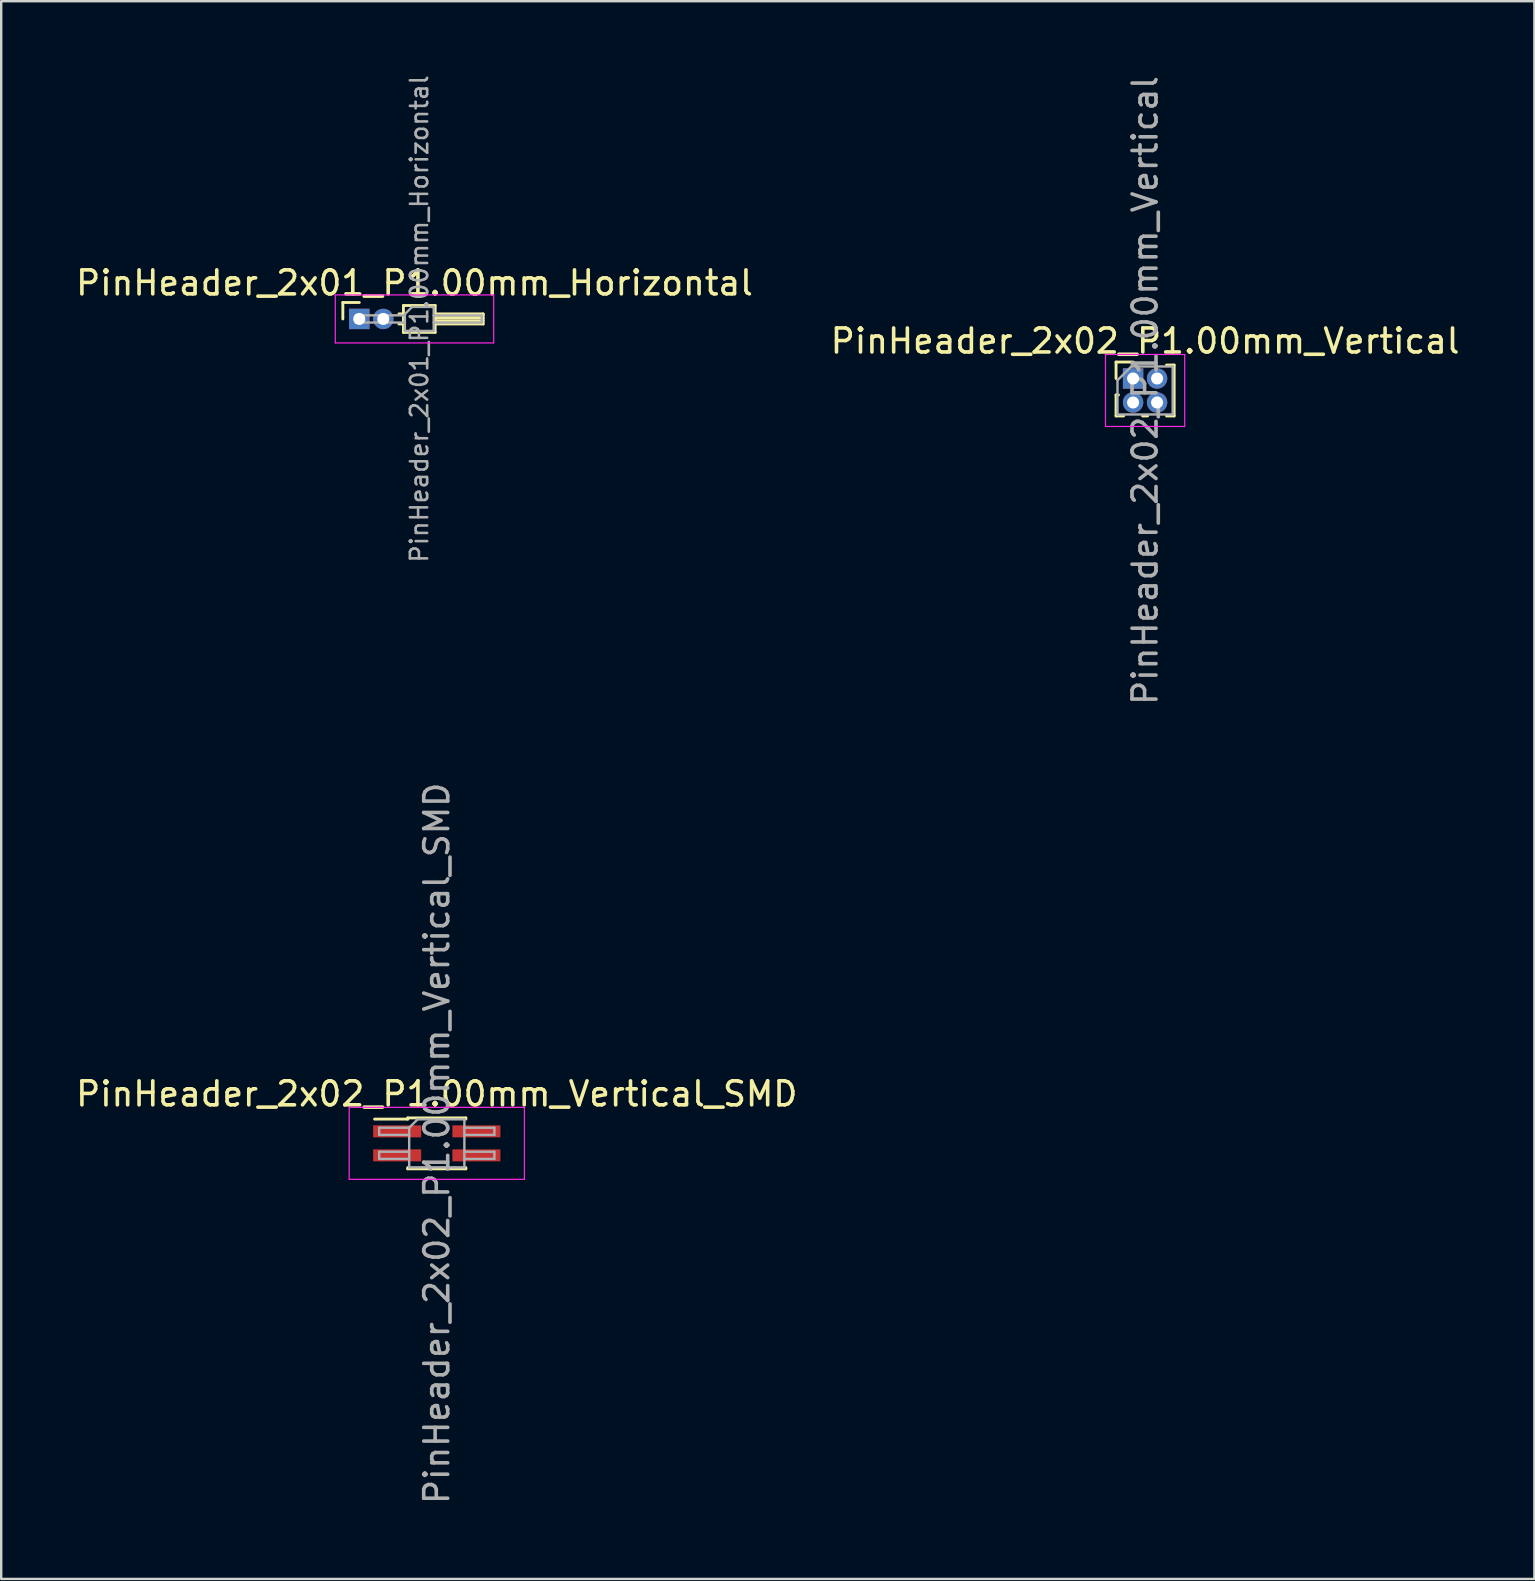
<source format=kicad_pcb>
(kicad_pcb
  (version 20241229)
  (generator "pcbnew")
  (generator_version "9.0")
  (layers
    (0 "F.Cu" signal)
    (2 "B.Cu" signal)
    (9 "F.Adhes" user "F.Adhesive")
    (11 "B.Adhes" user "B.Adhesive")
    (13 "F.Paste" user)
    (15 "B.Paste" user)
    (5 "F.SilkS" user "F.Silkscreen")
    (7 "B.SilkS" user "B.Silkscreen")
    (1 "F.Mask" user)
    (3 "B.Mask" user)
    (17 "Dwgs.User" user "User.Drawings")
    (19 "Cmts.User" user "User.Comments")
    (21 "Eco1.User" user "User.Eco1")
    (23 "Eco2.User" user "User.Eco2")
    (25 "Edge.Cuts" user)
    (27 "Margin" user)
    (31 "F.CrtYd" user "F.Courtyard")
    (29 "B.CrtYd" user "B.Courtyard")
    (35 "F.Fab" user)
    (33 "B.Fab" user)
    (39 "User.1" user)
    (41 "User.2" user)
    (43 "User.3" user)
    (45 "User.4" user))
  (footprint "PinHeader_2x02_P1.00mm_Vertical_SMD"
    (layer "F.Cu")
    (at 15.149 44.589)
    (property "Reference" "PinHeader_2x02_P1.00mm_Vertical_SMD" (at 0 -2.06 0) (layer "F.SilkS") (effects (font (size 1 1) (thickness 0.15))))
    (attr smd)
    (fp_line (start -2.59 -1.01) (end -1.21 -1.01) (stroke (width 0.12) (type solid)) (layer "F.SilkS"))
    (fp_line (start -1.21 -1.06) (end -1.21 -1.01) (stroke (width 0.12) (type solid)) (layer "F.SilkS"))
    (fp_line (start -1.21 -1.06) (end 1.21 -1.06) (stroke (width 0.12) (type solid)) (layer "F.SilkS"))
    (fp_line (start -1.21 1.01) (end -1.21 1.06) (stroke (width 0.12) (type solid)) (layer "F.SilkS"))
    (fp_line (start -1.21 1.06) (end 1.21 1.06) (stroke (width 0.12) (type solid)) (layer "F.SilkS"))
    (fp_line (start 1.21 -1.06) (end 1.21 -1.01) (stroke (width 0.12) (type solid)) (layer "F.SilkS"))
    (fp_line (start 1.21 1.01) (end 1.21 1.06) (stroke (width 0.12) (type solid)) (layer "F.SilkS"))
    (fp_line (start -3.65 -1.5) (end -3.65 1.5) (stroke (width 0.05) (type solid)) (layer "F.CrtYd"))
    (fp_line (start -3.65 1.5) (end 3.65 1.5) (stroke (width 0.05) (type solid)) (layer "F.CrtYd"))
    (fp_line (start 3.65 -1.5) (end -3.65 -1.5) (stroke (width 0.05) (type solid)) (layer "F.CrtYd"))
    (fp_line (start 3.65 1.5) (end 3.65 -1.5) (stroke (width 0.05) (type solid)) (layer "F.CrtYd"))
    (fp_line (start -2.4 -0.65) (end -2.4 -0.35) (stroke (width 0.1) (type solid)) (layer "F.Fab"))
    (fp_line (start -2.4 -0.35) (end -1.15 -0.35) (stroke (width 0.1) (type solid)) (layer "F.Fab"))
    (fp_line (start -2.4 0.35) (end -2.4 0.65) (stroke (width 0.1) (type solid)) (layer "F.Fab"))
    (fp_line (start -2.4 0.65) (end -1.15 0.65) (stroke (width 0.1) (type solid)) (layer "F.Fab"))
    (fp_line (start -1.15 -0.65) (end -2.4 -0.65) (stroke (width 0.1) (type solid)) (layer "F.Fab"))
    (fp_line (start -1.15 -0.65) (end -0.8 -1) (stroke (width 0.1) (type solid)) (layer "F.Fab"))
    (fp_line (start -1.15 0.35) (end -2.4 0.35) (stroke (width 0.1) (type solid)) (layer "F.Fab"))
    (fp_line (start -1.15 1) (end -1.15 -0.65) (stroke (width 0.1) (type solid)) (layer "F.Fab"))
    (fp_line (start -0.8 -1) (end 1.15 -1) (stroke (width 0.1) (type solid)) (layer "F.Fab"))
    (fp_line (start 1.15 -1) (end 1.15 1) (stroke (width 0.1) (type solid)) (layer "F.Fab"))
    (fp_line (start 1.15 -0.65) (end 2.4 -0.65) (stroke (width 0.1) (type solid)) (layer "F.Fab"))
    (fp_line (start 1.15 0.35) (end 2.4 0.35) (stroke (width 0.1) (type solid)) (layer "F.Fab"))
    (fp_line (start 1.15 1) (end -1.15 1) (stroke (width 0.1) (type solid)) (layer "F.Fab"))
    (fp_line (start 2.4 -0.65) (end 2.4 -0.35) (stroke (width 0.1) (type solid)) (layer "F.Fab"))
    (fp_line (start 2.4 -0.35) (end 1.15 -0.35) (stroke (width 0.1) (type solid)) (layer "F.Fab"))
    (fp_line (start 2.4 0.35) (end 2.4 0.65) (stroke (width 0.1) (type solid)) (layer "F.Fab"))
    (fp_line (start 2.4 0.65) (end 1.15 0.65) (stroke (width 0.1) (type solid)) (layer "F.Fab"))
    (fp_text user "${REFERENCE}" (at 0 0 90) (layer "F.Fab") (effects (font (size 1 1) (thickness 0.15))))
    (pad "1" smd rect (at -1.65 -0.5) (size 2 0.5) (layers "F.Cu" "F.Mask" "F.Paste"))
    (pad "2" smd rect (at 1.65 -0.5) (size 2 0.5) (layers "F.Cu" "F.Mask" "F.Paste"))
    (pad "3" smd rect (at -1.65 0.5) (size 2 0.5) (layers "F.Cu" "F.Mask" "F.Paste"))
    (pad "4" smd rect (at 1.65 0.5) (size 2 0.5) (layers "F.Cu" "F.Mask" "F.Paste")))
  (footprint "PinHeader_2x01_P1.00mm_Horizontal"
    (layer "F.Cu")
    (at 11.92 10.239)
    (property "Reference" "PinHeader_2x01_P1.00mm_Horizontal" (at 2.3 -1.5 0) (layer "F.SilkS") (effects (font (size 1 1) (thickness 0.15))))
    (attr through_hole)
    (fp_line (start -0.685 -0.685) (end 0 -0.685) (stroke (width 0.12) (type solid)) (layer "F.SilkS"))
    (fp_line (start -0.685 0) (end -0.685 -0.685) (stroke (width 0.12) (type solid)) (layer "F.SilkS"))
    (fp_line (start 1.652 -0.21) (end 1.84 -0.21) (stroke (width 0.12) (type solid)) (layer "F.SilkS"))
    (fp_line (start 1.652 0.21) (end 1.84 0.21) (stroke (width 0.12) (type solid)) (layer "F.SilkS"))
    (fp_line (start 1.84 -0.56) (end 1.84 0.56) (stroke (width 0.12) (type solid)) (layer "F.SilkS"))
    (fp_line (start 1.84 0.56) (end 3.16 0.56) (stroke (width 0.12) (type solid)) (layer "F.SilkS"))
    (fp_line (start 3.16 -0.56) (end 1.84 -0.56) (stroke (width 0.12) (type solid)) (layer "F.SilkS"))
    (fp_line (start 3.16 -0.21) (end 5.16 -0.21) (stroke (width 0.12) (type solid)) (layer "F.SilkS"))
    (fp_line (start 3.16 -0.15) (end 5.16 -0.15) (stroke (width 0.12) (type solid)) (layer "F.SilkS"))
    (fp_line (start 3.16 -0.03) (end 5.16 -0.03) (stroke (width 0.12) (type solid)) (layer "F.SilkS"))
    (fp_line (start 3.16 0.09) (end 5.16 0.09) (stroke (width 0.12) (type solid)) (layer "F.SilkS"))
    (fp_line (start 3.16 0.56) (end 3.16 -0.56) (stroke (width 0.12) (type solid)) (layer "F.SilkS"))
    (fp_line (start 5.16 -0.21) (end 5.16 0.21) (stroke (width 0.12) (type solid)) (layer "F.SilkS"))
    (fp_line (start 5.16 0.21) (end 3.16 0.21) (stroke (width 0.12) (type solid)) (layer "F.SilkS"))
    (fp_line (start -1 -1) (end -1 1) (stroke (width 0.05) (type solid)) (layer "F.CrtYd"))
    (fp_line (start -1 1) (end 5.6 1) (stroke (width 0.05) (type solid)) (layer "F.CrtYd"))
    (fp_line (start 5.6 -1) (end -1 -1) (stroke (width 0.05) (type solid)) (layer "F.CrtYd"))
    (fp_line (start 5.6 1) (end 5.6 -1) (stroke (width 0.05) (type solid)) (layer "F.CrtYd"))
    (fp_line (start -0.15 -0.15) (end -0.15 0.15) (stroke (width 0.1) (type solid)) (layer "F.Fab"))
    (fp_line (start -0.15 -0.15) (end 1.9 -0.15) (stroke (width 0.1) (type solid)) (layer "F.Fab"))
    (fp_line (start -0.15 0.15) (end 1.9 0.15) (stroke (width 0.1) (type solid)) (layer "F.Fab"))
    (fp_line (start 1.9 -0.2) (end 2.2 -0.5) (stroke (width 0.1) (type solid)) (layer "F.Fab"))
    (fp_line (start 1.9 0.5) (end 1.9 -0.2) (stroke (width 0.1) (type solid)) (layer "F.Fab"))
    (fp_line (start 2.2 -0.5) (end 3.1 -0.5) (stroke (width 0.1) (type solid)) (layer "F.Fab"))
    (fp_line (start 3.1 -0.5) (end 3.1 0.5) (stroke (width 0.1) (type solid)) (layer "F.Fab"))
    (fp_line (start 3.1 -0.15) (end 5.1 -0.15) (stroke (width 0.1) (type solid)) (layer "F.Fab"))
    (fp_line (start 3.1 0.15) (end 5.1 0.15) (stroke (width 0.1) (type solid)) (layer "F.Fab"))
    (fp_line (start 3.1 0.5) (end 1.9 0.5) (stroke (width 0.1) (type solid)) (layer "F.Fab"))
    (fp_line (start 5.1 -0.15) (end 5.1 0.15) (stroke (width 0.1) (type solid)) (layer "F.Fab"))
    (fp_text user "${REFERENCE}" (at 2.5 0 90) (layer "F.Fab") (effects (font (size 0.72 0.72) (thickness 0.108))))
    (pad "1" thru_hole rect (at 0 0) (size 0.85 0.85) (drill 0.5) (layers "*.Cu" "*.Mask"))
    (pad "2" thru_hole oval (at 1 0) (size 0.85 0.85) (drill 0.5) (layers "*.Cu" "*.Mask")))
  (footprint "PinHeader_2x02_P1.00mm_Vertical"
    (layer "F.Cu")
    (at 44.161 12.72)
    (property "Reference" "PinHeader_2x02_P1.00mm_Vertical" (at 0.5 -1.56 0) (layer "F.SilkS") (effects (font (size 1 1) (thickness 0.15))))
    (attr through_hole)
    (fp_line (start -0.71 -0.685) (end 0 -0.685) (stroke (width 0.12) (type solid)) (layer "F.SilkS"))
    (fp_line (start -0.71 0) (end -0.71 -0.685) (stroke (width 0.12) (type solid)) (layer "F.SilkS"))
    (fp_line (start -0.71 0.685) (end -0.71 1.56) (stroke (width 0.12) (type solid)) (layer "F.SilkS"))
    (fp_line (start -0.71 0.685) (end -0.608 0.685) (stroke (width 0.12) (type solid)) (layer "F.SilkS"))
    (fp_line (start -0.71 1.56) (end -0.394 1.56) (stroke (width 0.12) (type solid)) (layer "F.SilkS"))
    (fp_line (start 0.394 1.56) (end 0.606 1.56) (stroke (width 0.12) (type solid)) (layer "F.SilkS"))
    (fp_line (start 1.394 -0.56) (end 1.71 -0.56) (stroke (width 0.12) (type solid)) (layer "F.SilkS"))
    (fp_line (start 1.394 1.56) (end 1.71 1.56) (stroke (width 0.12) (type solid)) (layer "F.SilkS"))
    (fp_line (start 1.71 -0.56) (end 1.71 1.56) (stroke (width 0.12) (type solid)) (layer "F.SilkS"))
    (fp_line (start -1.15 -1) (end -1.15 2) (stroke (width 0.05) (type solid)) (layer "F.CrtYd"))
    (fp_line (start -1.15 2) (end 2.15 2) (stroke (width 0.05) (type solid)) (layer "F.CrtYd"))
    (fp_line (start 2.15 -1) (end -1.15 -1) (stroke (width 0.05) (type solid)) (layer "F.CrtYd"))
    (fp_line (start 2.15 2) (end 2.15 -1) (stroke (width 0.05) (type solid)) (layer "F.CrtYd"))
    (fp_line (start -0.65 0.075) (end -0.075 -0.5) (stroke (width 0.1) (type solid)) (layer "F.Fab"))
    (fp_line (start -0.65 1.5) (end -0.65 0.075) (stroke (width 0.1) (type solid)) (layer "F.Fab"))
    (fp_line (start -0.075 -0.5) (end 1.65 -0.5) (stroke (width 0.1) (type solid)) (layer "F.Fab"))
    (fp_line (start 1.65 -0.5) (end 1.65 1.5) (stroke (width 0.1) (type solid)) (layer "F.Fab"))
    (fp_line (start 1.65 1.5) (end -0.65 1.5) (stroke (width 0.1) (type solid)) (layer "F.Fab"))
    (fp_text user "${REFERENCE}" (at 0.5 0.5 90) (layer "F.Fab") (effects (font (size 1 1) (thickness 0.15))))
    (pad "1" thru_hole rect (at 0 0) (size 0.85 0.85) (drill 0.5) (layers "*.Cu" "*.Mask"))
    (pad "2" thru_hole oval (at 1 0) (size 0.85 0.85) (drill 0.5) (layers "*.Cu" "*.Mask"))
    (pad "3" thru_hole oval (at 0 1) (size 0.85 0.85) (drill 0.5) (layers "*.Cu" "*.Mask"))
    (pad "4" thru_hole oval (at 1 1) (size 0.85 0.85) (drill 0.5) (layers "*.Cu" "*.Mask")))
  (gr_rect
    (start -3 -3)
    (end 60.881 62.738)
    (stroke (width 0.1) (type default))
    (fill no)
    (layer "Edge.Cuts")))
</source>
